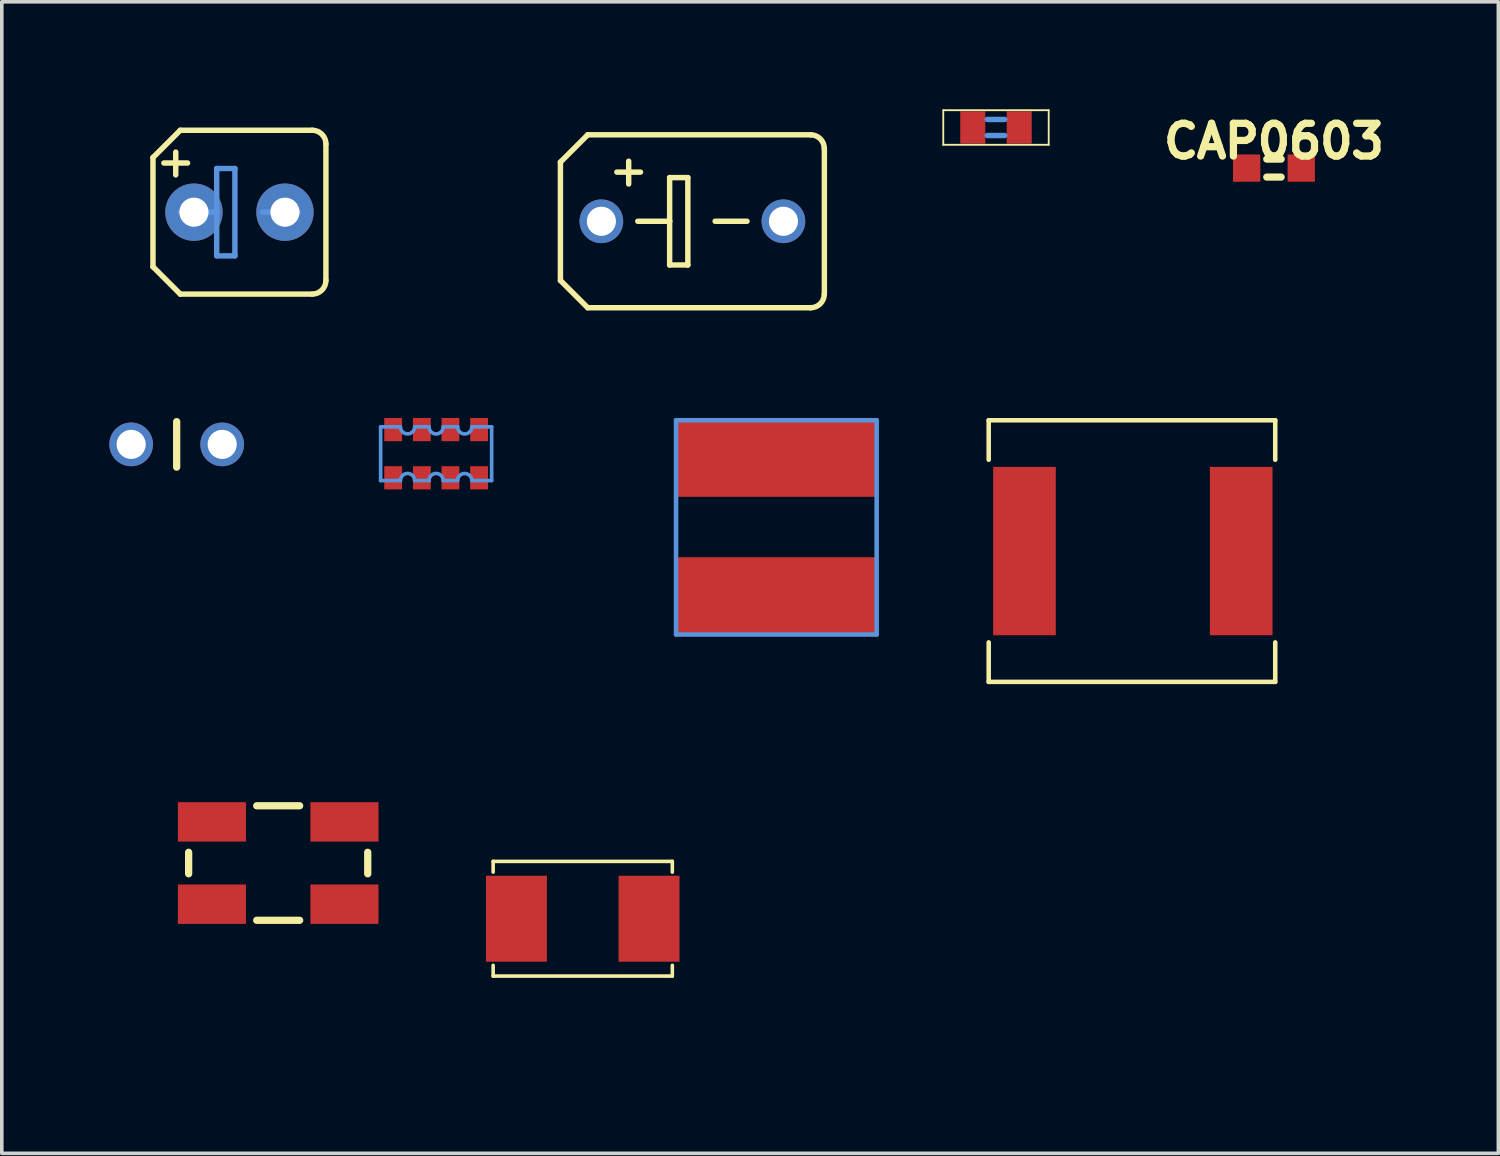
<source format=kicad_pcb>
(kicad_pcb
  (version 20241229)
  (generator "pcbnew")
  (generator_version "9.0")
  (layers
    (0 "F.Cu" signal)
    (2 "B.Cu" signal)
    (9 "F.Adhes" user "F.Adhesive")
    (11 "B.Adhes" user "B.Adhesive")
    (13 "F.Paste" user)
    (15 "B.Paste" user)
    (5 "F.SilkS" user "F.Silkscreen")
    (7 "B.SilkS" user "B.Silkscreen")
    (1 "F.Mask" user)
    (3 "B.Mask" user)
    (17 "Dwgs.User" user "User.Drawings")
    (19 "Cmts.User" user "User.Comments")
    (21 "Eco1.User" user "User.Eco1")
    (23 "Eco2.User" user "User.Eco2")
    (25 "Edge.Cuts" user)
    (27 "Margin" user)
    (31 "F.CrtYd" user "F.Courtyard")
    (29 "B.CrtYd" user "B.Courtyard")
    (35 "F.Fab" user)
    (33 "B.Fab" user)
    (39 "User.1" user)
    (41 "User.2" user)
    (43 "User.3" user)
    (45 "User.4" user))
  (footprint "CR54"
    (layer "F.Cu")
    (at 18.615 11.657)
    (property "Reference" "CR54" (at 0 0 0) (layer "Cmts.User") (effects (font (size 0.001 0.001) (thickness 0.000001))))
    (attr through_hole)
    (fp_line (start -2.799 -2.979) (end -2.799 3) (stroke (width 0.127) (type solid)) (layer "Cmts.User"))
    (fp_line (start -2.799 3) (end 2.799 3) (stroke (width 0.127) (type solid)) (layer "Cmts.User"))
    (fp_line (start 2.799 -2.979) (end -2.799 -2.979) (stroke (width 0.127) (type solid)) (layer "Cmts.User"))
    (fp_line (start 2.799 3) (end 2.799 -2.979) (stroke (width 0.127) (type solid)) (layer "Cmts.User"))
    (pad "P$1" smd rect (at 0 -1.918) (size 5.499 2.149) (layers "F.Cu" "F.Mask" "F.Paste"))
    (pad "P$2" smd rect (at 0 1.918) (size 5.499 2.149) (layers "F.Cu" "F.Mask" "F.Paste")))
  (footprint "B45181B"
    (layer "F.Cu")
    (at 16.272 3.125)
    (property "Reference" "B45181B" (at -0.381 -2.159 0) (layer "Eco1.User") (effects (font (size 1.27 1.27) (thickness 0.127))))
    (attr through_hole)
    (fp_line (start -3.683 -1.651) (end -3.683 1.651) (stroke (width 0.152) (type solid)) (layer "F.SilkS"))
    (fp_line (start -3.683 -1.651) (end -2.921 -2.413) (stroke (width 0.152) (type solid)) (layer "F.SilkS"))
    (fp_line (start -2.921 2.413) (end -3.683 1.651) (stroke (width 0.152) (type solid)) (layer "F.SilkS"))
    (fp_line (start -2.921 2.413) (end 3.302 2.413) (stroke (width 0.152) (type solid)) (layer "F.SilkS"))
    (fp_line (start -1.778 -1.676) (end -1.778 -1.041) (stroke (width 0.152) (type solid)) (layer "F.SilkS"))
    (fp_line (start -1.524 0) (end -0.635 0) (stroke (width 0.152) (type solid)) (layer "F.SilkS"))
    (fp_line (start -1.448 -1.372) (end -2.108 -1.372) (stroke (width 0.152) (type solid)) (layer "F.SilkS"))
    (fp_line (start -0.635 -1.219) (end -0.635 0) (stroke (width 0.152) (type solid)) (layer "F.SilkS"))
    (fp_line (start -0.635 0) (end -0.635 1.219) (stroke (width 0.152) (type solid)) (layer "F.SilkS"))
    (fp_line (start -0.635 1.219) (end -0.127 1.219) (stroke (width 0.152) (type solid)) (layer "F.SilkS"))
    (fp_line (start -0.127 -1.219) (end -0.635 -1.219) (stroke (width 0.152) (type solid)) (layer "F.SilkS"))
    (fp_line (start -0.127 1.219) (end -0.127 -1.219) (stroke (width 0.152) (type solid)) (layer "F.SilkS"))
    (fp_line (start 0.635 0) (end 1.524 0) (stroke (width 0.152) (type solid)) (layer "F.SilkS"))
    (fp_line (start 3.302 -2.413) (end -2.921 -2.413) (stroke (width 0.152) (type solid)) (layer "F.SilkS"))
    (fp_line (start 3.683 -2.032) (end 3.683 2.032) (stroke (width 0.152) (type solid)) (layer "F.SilkS"))
    (fp_arc (start 3.302 -2.413) (mid 3.570664 -2.299612) (end 3.68046 -2.02946) (stroke (width 0.1524) (type solid)) (layer "F.SilkS"))
    (fp_arc (start 3.68046 2.02946) (mid 3.570664 2.299612) (end 3.302 2.413) (stroke (width 0.1524) (type solid)) (layer "F.SilkS"))
    (pad "+" thru_hole oval (at -2.54 0) (size 1.219 1.219) (drill 0.813) (layers "*.Cu" "*.Mask"))
    (pad "-" thru_hole oval (at 2.54 0) (size 1.219 1.219) (drill 0.813) (layers "*.Cu" "*.Mask")))
  (footprint "CRYSTAL-SMD-5X3"
    (layer "F.Cu")
    (at 4.713 21.034)
    (property "Reference" "CRYSTAL-SMD-5X3" (at -1.727 -1.702 0) (layer "Eco1.User") (effects (font (size 0.406 0.406) (thickness 0.03))))
    (attr through_hole)
    (fp_line (start -2.499 -0.3) (end -2.499 0.3) (stroke (width 0.203) (type solid)) (layer "F.SilkS"))
    (fp_line (start -0.599 -1.598) (end 0.599 -1.598) (stroke (width 0.203) (type solid)) (layer "F.SilkS"))
    (fp_line (start 0.599 1.598) (end -0.599 1.598) (stroke (width 0.203) (type solid)) (layer "F.SilkS"))
    (fp_line (start 2.499 -0.3) (end 2.499 0.3) (stroke (width 0.203) (type solid)) (layer "F.SilkS"))
    (pad "1" smd rect (at -1.849 1.148) (size 1.9 1.1) (layers "F.Cu" "F.Mask" "F.Paste"))
    (pad "2" smd rect (at 1.849 1.148) (size 1.9 1.1) (layers "F.Cu" "F.Mask" "F.Paste"))
    (pad "3" smd rect (at 1.849 -1.148) (size 1.9 1.1) (layers "F.Cu" "F.Mask" "F.Paste"))
    (pad "4" smd rect (at -1.849 -1.148) (size 1.9 1.1) (layers "F.Cu" "F.Mask" "F.Paste")))
  (footprint "CAY16"
    (layer "F.Cu")
    (at 9.121 9.611)
    (property "Reference" "CAY16" (at 0.635 3.175 0) (layer "Eco1.User") (effects (font (size 1.27 1.27) (thickness 0.127))))
    (attr through_hole)
    (fp_line (start -1.549 -0.749) (end -0.998 -0.749) (stroke (width 0.102) (type solid)) (layer "Cmts.User"))
    (fp_line (start -1.549 0.749) (end -1.549 -0.749) (stroke (width 0.102) (type solid)) (layer "Cmts.User"))
    (fp_line (start -0.998 0.749) (end -1.549 0.749) (stroke (width 0.102) (type solid)) (layer "Cmts.User"))
    (fp_line (start -0.599 -0.749) (end -0.198 -0.749) (stroke (width 0.102) (type solid)) (layer "Cmts.User"))
    (fp_line (start -0.198 0.749) (end -0.599 0.749) (stroke (width 0.102) (type solid)) (layer "Cmts.User"))
    (fp_line (start 0.198 -0.749) (end 0.599 -0.749) (stroke (width 0.102) (type solid)) (layer "Cmts.User"))
    (fp_line (start 0.599 0.749) (end 0.198 0.749) (stroke (width 0.102) (type solid)) (layer "Cmts.User"))
    (fp_line (start 0.998 -0.749) (end 1.549 -0.749) (stroke (width 0.102) (type solid)) (layer "Cmts.User"))
    (fp_line (start 1.549 -0.749) (end 1.549 0.749) (stroke (width 0.102) (type solid)) (layer "Cmts.User"))
    (fp_line (start 1.549 0.749) (end 0.998 0.749) (stroke (width 0.102) (type solid)) (layer "Cmts.User"))
    (fp_arc (start -0.99568 0.7493) (mid -0.79756 0.55118) (end -0.59944 0.7493) (stroke (width 0.1016) (type solid)) (layer "Cmts.User"))
    (fp_arc (start -0.5969 -0.7493) (mid -0.79756 -0.54864) (end -0.99822 -0.7493) (stroke (width 0.1016) (type solid)) (layer "Cmts.User"))
    (fp_arc (start -0.19812 0.7493) (mid 0 0.55118) (end 0.19812 0.7493) (stroke (width 0.1016) (type solid)) (layer "Cmts.User"))
    (fp_arc (start 0.19812 -0.7493) (mid 0 -0.55118) (end -0.19812 -0.7493) (stroke (width 0.1016) (type solid)) (layer "Cmts.User"))
    (fp_arc (start 0.5969 0.7493) (mid 0.79756 0.54864) (end 0.99822 0.7493) (stroke (width 0.1016) (type solid)) (layer "Cmts.User"))
    (fp_arc (start 0.99568 -0.7493) (mid 0.79756 -0.55118) (end 0.59944 -0.7493) (stroke (width 0.1016) (type solid)) (layer "Cmts.User"))
    (pad "1" smd rect (at -1.199 0.673) (size 0.498 0.648) (layers "F.Cu" "F.Mask" "F.Paste"))
    (pad "2" smd rect (at -0.399 0.673) (size 0.498 0.648) (layers "F.Cu" "F.Mask" "F.Paste"))
    (pad "3" smd rect (at 0.399 0.673) (size 0.498 0.648) (layers "F.Cu" "F.Mask" "F.Paste"))
    (pad "4" smd rect (at 1.199 0.673) (size 0.498 0.648) (layers "F.Cu" "F.Mask" "F.Paste"))
    (pad "5" smd rect (at 1.199 -0.673) (size 0.498 0.648) (layers "F.Cu" "F.Mask" "F.Paste"))
    (pad "6" smd rect (at 0.399 -0.673) (size 0.498 0.648) (layers "F.Cu" "F.Mask" "F.Paste"))
    (pad "7" smd rect (at -0.399 -0.673) (size 0.498 0.648) (layers "F.Cu" "F.Mask" "F.Paste"))
    (pad "8" smd rect (at -1.199 -0.673) (size 0.498 0.648) (layers "F.Cu" "F.Mask" "F.Paste")))
  (footprint "C0402"
    (layer "F.Cu")
    (at 24.744 0.508)
    (property "Reference" "C0402" (at 0 -0.3 0) (layer "Eco1.User") (effects (font (size 0.2 0.2) (thickness 0.03))))
    (attr through_hole)
    (fp_line (start -1.471 -0.483) (end 1.471 -0.483) (stroke (width 0.051) (type solid)) (layer "F.SilkS"))
    (fp_line (start -1.471 0.483) (end -1.471 -0.483) (stroke (width 0.051) (type solid)) (layer "F.SilkS"))
    (fp_line (start 1.471 -0.483) (end 1.471 0.483) (stroke (width 0.051) (type solid)) (layer "F.SilkS"))
    (fp_line (start 1.471 0.483) (end -1.471 0.483) (stroke (width 0.051) (type solid)) (layer "F.SilkS"))
    (fp_line (start -0.244 -0.224) (end 0.244 -0.224) (stroke (width 0.152) (type solid)) (layer "Cmts.User"))
    (fp_line (start 0.244 0.224) (end -0.244 0.224) (stroke (width 0.152) (type solid)) (layer "Cmts.User"))
    (pad "1" smd rect (at -0.648 0) (size 0.699 0.899) (layers "F.Cu" "F.Mask" "F.Paste"))
    (pad "2" smd rect (at 0.648 0) (size 0.699 0.899) (layers "F.Cu" "F.Mask" "F.Paste")))
  (footprint "CR75"
    (layer "F.Cu")
    (at 25.539 12.328)
    (property "Reference" "CR75" (at 0 0 0) (layer "Cmts.User") (effects (font (size 0.001 0.001) (thickness 0.000001))))
    (attr through_hole)
    (fp_line (start -0.998 -3.65) (end -0.998 -2.548) (stroke (width 0.127) (type solid)) (layer "F.SilkS"))
    (fp_line (start -0.998 -3.65) (end 6.998 -3.65) (stroke (width 0.127) (type solid)) (layer "F.SilkS"))
    (fp_line (start -0.998 3.65) (end -0.998 2.548) (stroke (width 0.127) (type solid)) (layer "F.SilkS"))
    (fp_line (start -0.998 3.65) (end 6.998 3.65) (stroke (width 0.127) (type solid)) (layer "F.SilkS"))
    (fp_line (start 6.998 -3.65) (end 6.998 -2.548) (stroke (width 0.127) (type solid)) (layer "F.SilkS"))
    (fp_line (start 6.998 3.65) (end 6.998 2.548) (stroke (width 0.127) (type solid)) (layer "F.SilkS"))
    (pad "P$1" smd rect (at 0 0 90) (size 4.699 1.748) (layers "F.Cu" "F.Mask" "F.Paste"))
    (pad "P$2" smd rect (at 6.048 0 90) (size 4.699 1.748) (layers "F.Cu" "F.Mask" "F.Paste")))
  (footprint "CAP0603"
    (layer "F.Cu")
    (at 32.501 1.641)
    (property "Reference" "CAP0603" (at 0 -0.749 0) (layer "F.SilkS") (effects (font (size 0.914 0.914) (thickness 0.203))))
    (attr smd)
    (fp_line (start -0.201 -0.251) (end 0.201 -0.251) (stroke (width 0.201) (type solid)) (layer "F.SilkS"))
    (fp_line (start -0.201 0.251) (end 0.201 0.251) (stroke (width 0.201) (type solid)) (layer "F.SilkS"))
    (pad "1" smd rect (at -0.762 0) (size 0.762 0.762) (layers "F.Cu" "F.Mask" "F.Paste"))
    (pad "2" smd rect (at 0.762 0) (size 0.762 0.762) (layers "F.Cu" "F.Mask" "F.Paste")))
  (footprint "B45181A"
    (layer "F.Cu")
    (at 3.632 2.871)
    (property "Reference" "B45181A" (at 0.635 -1.905 0) (layer "Eco1.User") (effects (font (size 1.27 1.27) (thickness 0.127))))
    (attr through_hole)
    (fp_line (start -2.413 -1.524) (end -2.413 1.524) (stroke (width 0.152) (type solid)) (layer "F.SilkS"))
    (fp_line (start -2.413 -1.524) (end -1.651 -2.286) (stroke (width 0.152) (type solid)) (layer "F.SilkS"))
    (fp_line (start -1.778 -1.676) (end -1.778 -1.041) (stroke (width 0.152) (type solid)) (layer "F.SilkS"))
    (fp_line (start -1.651 2.286) (end -2.413 1.524) (stroke (width 0.152) (type solid)) (layer "F.SilkS"))
    (fp_line (start -1.651 2.286) (end 2.032 2.286) (stroke (width 0.152) (type solid)) (layer "F.SilkS"))
    (fp_line (start -1.448 -1.372) (end -2.108 -1.372) (stroke (width 0.152) (type solid)) (layer "F.SilkS"))
    (fp_line (start 2.032 -2.286) (end -1.651 -2.286) (stroke (width 0.152) (type solid)) (layer "F.SilkS"))
    (fp_line (start 2.413 -1.905) (end 2.413 1.905) (stroke (width 0.152) (type solid)) (layer "F.SilkS"))
    (fp_arc (start 2.032 -2.286) (mid 2.301408 -2.174408) (end 2.413 -1.905) (stroke (width 0.1524) (type solid)) (layer "F.SilkS"))
    (fp_arc (start 2.413 1.905) (mid 2.301408 2.174408) (end 2.032 2.286) (stroke (width 0.1524) (type solid)) (layer "F.SilkS"))
    (fp_line (start -1.651 0) (end -0.635 0) (stroke (width 0.152) (type solid)) (layer "Cmts.User"))
    (fp_line (start -0.635 -1.219) (end -0.635 0) (stroke (width 0.152) (type solid)) (layer "Cmts.User"))
    (fp_line (start -0.635 0) (end -0.635 1.219) (stroke (width 0.152) (type solid)) (layer "Cmts.User"))
    (fp_line (start -0.635 1.219) (end -0.127 1.219) (stroke (width 0.152) (type solid)) (layer "Cmts.User"))
    (fp_line (start -0.127 -1.219) (end -0.635 -1.219) (stroke (width 0.152) (type solid)) (layer "Cmts.User"))
    (fp_line (start -0.127 1.219) (end -0.127 -1.219) (stroke (width 0.152) (type solid)) (layer "Cmts.User"))
    (fp_line (start 0.635 0) (end 1.651 0) (stroke (width 0.152) (type solid)) (layer "Cmts.User"))
    (pad "+" thru_hole oval (at -1.27 0) (size 1.6 1.6) (drill 0.813) (layers "*.Cu" "*.Mask"))
    (pad "-" thru_hole oval (at 1.27 0) (size 1.6 1.6) (drill 0.813) (layers "*.Cu" "*.Mask")))
  (footprint "CAP-PTH-SMALL"
    (layer "F.Cu")
    (at 0.61 9.351)
    (property "Reference" "CAP-PTH-SMALL" (at 0 0 0) (layer "Cmts.User") (effects (font (size 0.001 0.001) (thickness 0.000001))))
    (attr through_hole)
    (fp_line (start 1.27 -0.635) (end 1.27 0.635) (stroke (width 0.203) (type solid)) (layer "F.SilkS"))
    (pad "1" thru_hole oval (at 0 0) (size 1.219 1.219) (drill 0.813) (layers "*.Cu" "*.Mask"))
    (pad "2" thru_hole oval (at 2.54 0) (size 1.219 1.219) (drill 0.813) (layers "*.Cu" "*.Mask")))
  (footprint "CRYSTAL_TXC7A"
    (layer "F.Cu")
    (at 13.212 22.588)
    (property "Reference" "CRYSTAL_TXC7A" (at 0 0 90) (layer "Eco1.User") (effects (font (size 0.6 0.6) (thickness 0.1))))
    (attr through_hole)
    (fp_line (start -2.5 -1.6) (end -2.5 -1.3) (stroke (width 0.1) (type solid)) (layer "F.SilkS"))
    (fp_line (start -2.5 -1.6) (end 2.5 -1.6) (stroke (width 0.1) (type solid)) (layer "F.SilkS"))
    (fp_line (start -2.5 1.6) (end -2.5 1.3) (stroke (width 0.1) (type solid)) (layer "F.SilkS"))
    (fp_line (start 2.5 -1.6) (end 2.5 -1.3) (stroke (width 0.1) (type solid)) (layer "F.SilkS"))
    (fp_line (start 2.5 1.6) (end -2.5 1.6) (stroke (width 0.1) (type solid)) (layer "F.SilkS"))
    (fp_line (start 2.5 1.6) (end 2.5 1.3) (stroke (width 0.1) (type solid)) (layer "F.SilkS"))
    (pad "1" smd rect (at -1.85 0) (size 1.7 2.4) (layers "F.Cu" "F.Mask" "F.Paste"))
    (pad "2" smd rect (at 1.85 0) (size 1.7 2.4) (layers "F.Cu" "F.Mask" "F.Paste")))
  (gr_rect
    (start -3 -3)
    (end 38.763 29.135)
    (stroke (width 0.1) (type default))
    (fill no)
    (layer "Edge.Cuts")))
</source>
